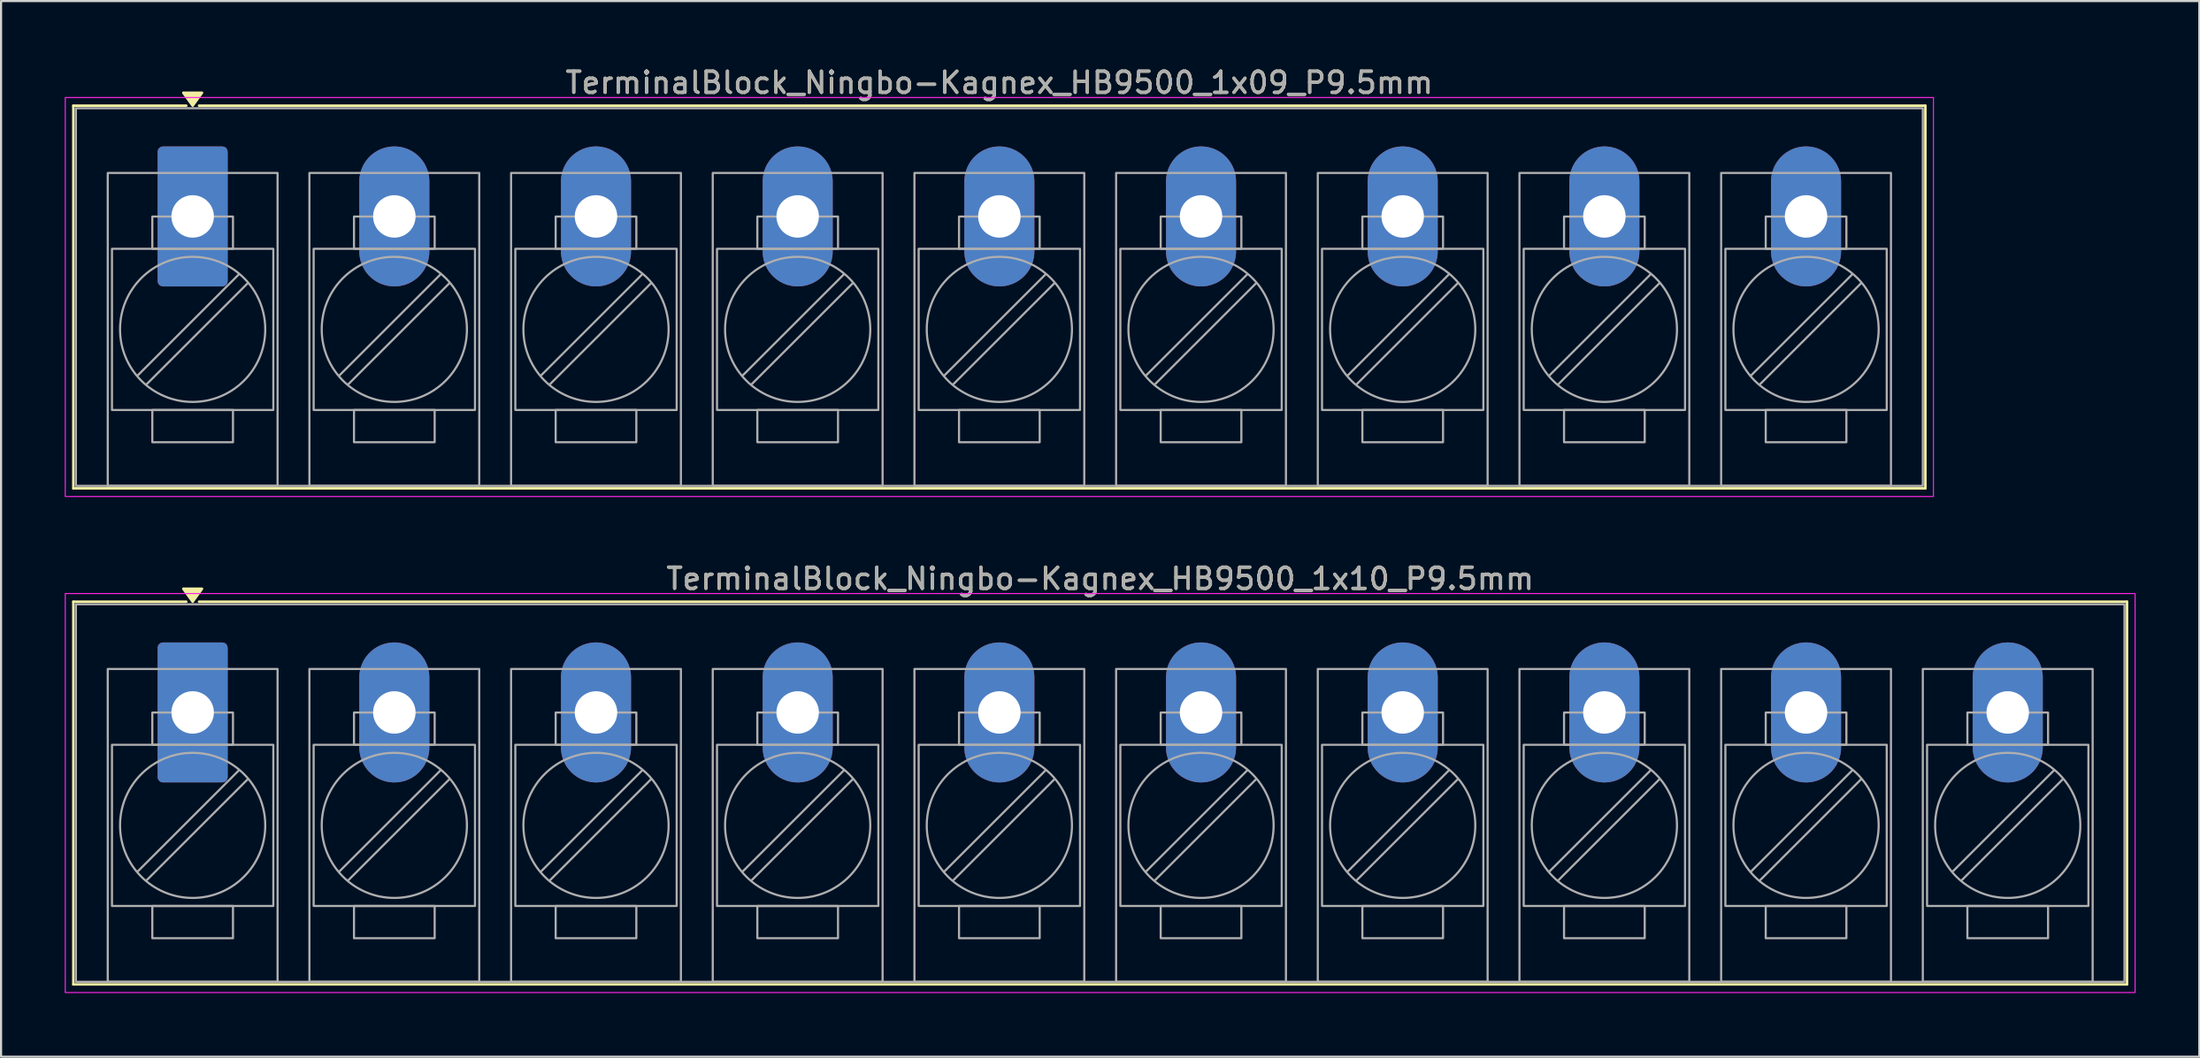
<source format=kicad_pcb>
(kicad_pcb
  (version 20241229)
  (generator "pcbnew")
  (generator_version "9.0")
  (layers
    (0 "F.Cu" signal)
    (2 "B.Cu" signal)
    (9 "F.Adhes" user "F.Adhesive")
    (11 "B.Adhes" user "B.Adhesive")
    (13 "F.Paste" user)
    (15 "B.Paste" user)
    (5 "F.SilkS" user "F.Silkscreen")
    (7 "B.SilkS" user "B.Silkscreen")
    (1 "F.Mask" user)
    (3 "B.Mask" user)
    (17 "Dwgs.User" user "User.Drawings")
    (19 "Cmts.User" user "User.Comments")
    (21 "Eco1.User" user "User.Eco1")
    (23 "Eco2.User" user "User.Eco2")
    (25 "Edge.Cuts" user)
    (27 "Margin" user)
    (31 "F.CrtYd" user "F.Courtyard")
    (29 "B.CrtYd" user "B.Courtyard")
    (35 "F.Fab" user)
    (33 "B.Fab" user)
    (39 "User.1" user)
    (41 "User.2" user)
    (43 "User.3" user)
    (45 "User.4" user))
  (footprint "TerminalBlock_Ningbo-Kagnex_HB9500_1x10_P9.5mm"
    (layer "F.Cu")
    (at 6.025 30.537)
    (property "Reference" "TerminalBlock_Ningbo-Kagnex_HB9500_1x10_P9.5mm" (at 42.75 -6.305 0) (layer "F.SilkS") (effects (font (size 1 1) (thickness 0.15))))
    (attr through_hole)
    (fp_line (start -5.62 -5.22) (end -0.3 -5.22) (stroke (width 0.12) (type solid)) (layer "F.SilkS"))
    (fp_line (start -5.62 12.82) (end -5.62 -5.22) (stroke (width 0.12) (type solid)) (layer "F.SilkS"))
    (fp_line (start 0.3 -5.22) (end 91.12 -5.22) (stroke (width 0.12) (type solid)) (layer "F.SilkS"))
    (fp_line (start 91.12 -5.22) (end 91.12 12.82) (stroke (width 0.12) (type solid)) (layer "F.SilkS"))
    (fp_line (start 91.12 12.82) (end -5.62 12.82) (stroke (width 0.12) (type solid)) (layer "F.SilkS"))
    (fp_poly (pts (xy 0 -5.22) (xy -0.44 -5.83) (xy 0.44 -5.83)) (stroke (width 0.12) (type solid)) (fill yes) (layer "F.SilkS"))
    (fp_rect (start -6 -5.605) (end 91.5 13.205) (stroke (width 0.05) (type solid)) (fill no) (layer "F.CrtYd"))
    (fp_line (start 2.176 2.731) (end -2.594 7.501) (stroke (width 0.1) (type solid)) (layer "F.Fab"))
    (fp_line (start 2.594 3.149) (end -2.176 7.919) (stroke (width 0.1) (type solid)) (layer "F.Fab"))
    (fp_line (start 11.676 2.731) (end 6.906 7.501) (stroke (width 0.1) (type solid)) (layer "F.Fab"))
    (fp_line (start 12.094 3.149) (end 7.324 7.919) (stroke (width 0.1) (type solid)) (layer "F.Fab"))
    (fp_line (start 21.176 2.731) (end 16.406 7.501) (stroke (width 0.1) (type solid)) (layer "F.Fab"))
    (fp_line (start 21.594 3.149) (end 16.824 7.919) (stroke (width 0.1) (type solid)) (layer "F.Fab"))
    (fp_line (start 30.676 2.731) (end 25.906 7.501) (stroke (width 0.1) (type solid)) (layer "F.Fab"))
    (fp_line (start 31.094 3.149) (end 26.324 7.919) (stroke (width 0.1) (type solid)) (layer "F.Fab"))
    (fp_line (start 40.176 2.731) (end 35.406 7.501) (stroke (width 0.1) (type solid)) (layer "F.Fab"))
    (fp_line (start 40.594 3.149) (end 35.824 7.919) (stroke (width 0.1) (type solid)) (layer "F.Fab"))
    (fp_line (start 49.676 2.731) (end 44.906 7.501) (stroke (width 0.1) (type solid)) (layer "F.Fab"))
    (fp_line (start 50.094 3.149) (end 45.324 7.919) (stroke (width 0.1) (type solid)) (layer "F.Fab"))
    (fp_line (start 59.176 2.731) (end 54.406 7.501) (stroke (width 0.1) (type solid)) (layer "F.Fab"))
    (fp_line (start 59.594 3.149) (end 54.824 7.919) (stroke (width 0.1) (type solid)) (layer "F.Fab"))
    (fp_line (start 68.676 2.731) (end 63.906 7.501) (stroke (width 0.1) (type solid)) (layer "F.Fab"))
    (fp_line (start 69.094 3.149) (end 64.324 7.919) (stroke (width 0.1) (type solid)) (layer "F.Fab"))
    (fp_line (start 78.176 2.731) (end 73.406 7.501) (stroke (width 0.1) (type solid)) (layer "F.Fab"))
    (fp_line (start 78.594 3.149) (end 73.824 7.919) (stroke (width 0.1) (type solid)) (layer "F.Fab"))
    (fp_line (start 87.676 2.731) (end 82.906 7.501) (stroke (width 0.1) (type solid)) (layer "F.Fab"))
    (fp_line (start 88.094 3.149) (end 83.324 7.919) (stroke (width 0.1) (type solid)) (layer "F.Fab"))
    (fp_rect (start -5.5 -5.1) (end 91 12.7) (stroke (width 0.1) (type solid)) (fill no) (layer "F.Fab"))
    (fp_rect (start -4 -2.05) (end 4 12.7) (stroke (width 0.1) (type solid)) (fill no) (layer "F.Fab"))
    (fp_rect (start -3.8 1.525) (end 3.8 9.125) (stroke (width 0.1) (type solid)) (fill no) (layer "F.Fab"))
    (fp_rect (start -1.9 0.005) (end 1.9 1.525) (stroke (width 0.1) (type solid)) (fill no) (layer "F.Fab"))
    (fp_rect (start -1.9 9.125) (end 1.9 10.645) (stroke (width 0.1) (type solid)) (fill no) (layer "F.Fab"))
    (fp_rect (start 5.5 -2.05) (end 13.5 12.7) (stroke (width 0.1) (type solid)) (fill no) (layer "F.Fab"))
    (fp_rect (start 5.7 1.525) (end 13.3 9.125) (stroke (width 0.1) (type solid)) (fill no) (layer "F.Fab"))
    (fp_rect (start 7.6 0.005) (end 11.4 1.525) (stroke (width 0.1) (type solid)) (fill no) (layer "F.Fab"))
    (fp_rect (start 7.6 9.125) (end 11.4 10.645) (stroke (width 0.1) (type solid)) (fill no) (layer "F.Fab"))
    (fp_rect (start 15 -2.05) (end 23 12.7) (stroke (width 0.1) (type solid)) (fill no) (layer "F.Fab"))
    (fp_rect (start 15.2 1.525) (end 22.8 9.125) (stroke (width 0.1) (type solid)) (fill no) (layer "F.Fab"))
    (fp_rect (start 17.1 0.005) (end 20.9 1.525) (stroke (width 0.1) (type solid)) (fill no) (layer "F.Fab"))
    (fp_rect (start 17.1 9.125) (end 20.9 10.645) (stroke (width 0.1) (type solid)) (fill no) (layer "F.Fab"))
    (fp_rect (start 24.5 -2.05) (end 32.5 12.7) (stroke (width 0.1) (type solid)) (fill no) (layer "F.Fab"))
    (fp_rect (start 24.7 1.525) (end 32.3 9.125) (stroke (width 0.1) (type solid)) (fill no) (layer "F.Fab"))
    (fp_rect (start 26.6 0.005) (end 30.4 1.525) (stroke (width 0.1) (type solid)) (fill no) (layer "F.Fab"))
    (fp_rect (start 26.6 9.125) (end 30.4 10.645) (stroke (width 0.1) (type solid)) (fill no) (layer "F.Fab"))
    (fp_rect (start 34 -2.05) (end 42 12.7) (stroke (width 0.1) (type solid)) (fill no) (layer "F.Fab"))
    (fp_rect (start 34.2 1.525) (end 41.8 9.125) (stroke (width 0.1) (type solid)) (fill no) (layer "F.Fab"))
    (fp_rect (start 36.1 0.005) (end 39.9 1.525) (stroke (width 0.1) (type solid)) (fill no) (layer "F.Fab"))
    (fp_rect (start 36.1 9.125) (end 39.9 10.645) (stroke (width 0.1) (type solid)) (fill no) (layer "F.Fab"))
    (fp_rect (start 43.5 -2.05) (end 51.5 12.7) (stroke (width 0.1) (type solid)) (fill no) (layer "F.Fab"))
    (fp_rect (start 43.7 1.525) (end 51.3 9.125) (stroke (width 0.1) (type solid)) (fill no) (layer "F.Fab"))
    (fp_rect (start 45.6 0.005) (end 49.4 1.525) (stroke (width 0.1) (type solid)) (fill no) (layer "F.Fab"))
    (fp_rect (start 45.6 9.125) (end 49.4 10.645) (stroke (width 0.1) (type solid)) (fill no) (layer "F.Fab"))
    (fp_rect (start 53 -2.05) (end 61 12.7) (stroke (width 0.1) (type solid)) (fill no) (layer "F.Fab"))
    (fp_rect (start 53.2 1.525) (end 60.8 9.125) (stroke (width 0.1) (type solid)) (fill no) (layer "F.Fab"))
    (fp_rect (start 55.1 0.005) (end 58.9 1.525) (stroke (width 0.1) (type solid)) (fill no) (layer "F.Fab"))
    (fp_rect (start 55.1 9.125) (end 58.9 10.645) (stroke (width 0.1) (type solid)) (fill no) (layer "F.Fab"))
    (fp_rect (start 62.5 -2.05) (end 70.5 12.7) (stroke (width 0.1) (type solid)) (fill no) (layer "F.Fab"))
    (fp_rect (start 62.7 1.525) (end 70.3 9.125) (stroke (width 0.1) (type solid)) (fill no) (layer "F.Fab"))
    (fp_rect (start 64.6 0.005) (end 68.4 1.525) (stroke (width 0.1) (type solid)) (fill no) (layer "F.Fab"))
    (fp_rect (start 64.6 9.125) (end 68.4 10.645) (stroke (width 0.1) (type solid)) (fill no) (layer "F.Fab"))
    (fp_rect (start 72 -2.05) (end 80 12.7) (stroke (width 0.1) (type solid)) (fill no) (layer "F.Fab"))
    (fp_rect (start 72.2 1.525) (end 79.8 9.125) (stroke (width 0.1) (type solid)) (fill no) (layer "F.Fab"))
    (fp_rect (start 74.1 0.005) (end 77.9 1.525) (stroke (width 0.1) (type solid)) (fill no) (layer "F.Fab"))
    (fp_rect (start 74.1 9.125) (end 77.9 10.645) (stroke (width 0.1) (type solid)) (fill no) (layer "F.Fab"))
    (fp_rect (start 81.5 -2.05) (end 89.5 12.7) (stroke (width 0.1) (type solid)) (fill no) (layer "F.Fab"))
    (fp_rect (start 81.7 1.525) (end 89.3 9.125) (stroke (width 0.1) (type solid)) (fill no) (layer "F.Fab"))
    (fp_rect (start 83.6 0.005) (end 87.4 1.525) (stroke (width 0.1) (type solid)) (fill no) (layer "F.Fab"))
    (fp_rect (start 83.6 9.125) (end 87.4 10.645) (stroke (width 0.1) (type solid)) (fill no) (layer "F.Fab"))
    (fp_circle (center 0 5.325) (end 3.42 5.325) (stroke (width 0.1) (type solid)) (fill no) (layer "F.Fab"))
    (fp_circle (center 9.5 5.325) (end 12.92 5.325) (stroke (width 0.1) (type solid)) (fill no) (layer "F.Fab"))
    (fp_circle (center 19 5.325) (end 22.42 5.325) (stroke (width 0.1) (type solid)) (fill no) (layer "F.Fab"))
    (fp_circle (center 28.5 5.325) (end 31.92 5.325) (stroke (width 0.1) (type solid)) (fill no) (layer "F.Fab"))
    (fp_circle (center 38 5.325) (end 41.42 5.325) (stroke (width 0.1) (type solid)) (fill no) (layer "F.Fab"))
    (fp_circle (center 47.5 5.325) (end 50.92 5.325) (stroke (width 0.1) (type solid)) (fill no) (layer "F.Fab"))
    (fp_circle (center 57 5.325) (end 60.42 5.325) (stroke (width 0.1) (type solid)) (fill no) (layer "F.Fab"))
    (fp_circle (center 66.5 5.325) (end 69.92 5.325) (stroke (width 0.1) (type solid)) (fill no) (layer "F.Fab"))
    (fp_circle (center 76 5.325) (end 79.42 5.325) (stroke (width 0.1) (type solid)) (fill no) (layer "F.Fab"))
    (fp_circle (center 85.5 5.325) (end 88.92 5.325) (stroke (width 0.1) (type solid)) (fill no) (layer "F.Fab"))
    (fp_text user "${REFERENCE}" (at 42.75 -6.305 0) (layer "F.Fab") (effects (font (size 1 1) (thickness 0.15))))
    (pad "1" thru_hole roundrect (at 0 0) (size 3.3 6.6) (drill 2) (layers "*.Cu" "*.Mask") (roundrect_rratio 0.076))
    (pad "2" thru_hole oval (at 9.5 0) (size 3.3 6.6) (drill 2) (layers "*.Cu" "*.Mask"))
    (pad "3" thru_hole oval (at 19 0) (size 3.3 6.6) (drill 2) (layers "*.Cu" "*.Mask"))
    (pad "4" thru_hole oval (at 28.5 0) (size 3.3 6.6) (drill 2) (layers "*.Cu" "*.Mask"))
    (pad "5" thru_hole oval (at 38 0) (size 3.3 6.6) (drill 2) (layers "*.Cu" "*.Mask"))
    (pad "6" thru_hole oval (at 47.5 0) (size 3.3 6.6) (drill 2) (layers "*.Cu" "*.Mask"))
    (pad "7" thru_hole oval (at 57 0) (size 3.3 6.6) (drill 2) (layers "*.Cu" "*.Mask"))
    (pad "8" thru_hole oval (at 66.5 0) (size 3.3 6.6) (drill 2) (layers "*.Cu" "*.Mask"))
    (pad "9" thru_hole oval (at 76 0) (size 3.3 6.6) (drill 2) (layers "*.Cu" "*.Mask"))
    (pad "10" thru_hole oval (at 85.5 0) (size 3.3 6.6) (drill 2) (layers "*.Cu" "*.Mask")))
  (footprint "TerminalBlock_Ningbo-Kagnex_HB9500_1x09_P9.5mm"
    (layer "F.Cu")
    (at 6.025 7.153)
    (property "Reference" "TerminalBlock_Ningbo-Kagnex_HB9500_1x09_P9.5mm" (at 38 -6.305 0) (layer "F.SilkS") (effects (font (size 1 1) (thickness 0.15))))
    (attr through_hole)
    (fp_line (start -5.62 -5.22) (end -0.3 -5.22) (stroke (width 0.12) (type solid)) (layer "F.SilkS"))
    (fp_line (start -5.62 12.82) (end -5.62 -5.22) (stroke (width 0.12) (type solid)) (layer "F.SilkS"))
    (fp_line (start 0.3 -5.22) (end 81.62 -5.22) (stroke (width 0.12) (type solid)) (layer "F.SilkS"))
    (fp_line (start 81.62 -5.22) (end 81.62 12.82) (stroke (width 0.12) (type solid)) (layer "F.SilkS"))
    (fp_line (start 81.62 12.82) (end -5.62 12.82) (stroke (width 0.12) (type solid)) (layer "F.SilkS"))
    (fp_poly (pts (xy 0 -5.22) (xy -0.44 -5.83) (xy 0.44 -5.83)) (stroke (width 0.12) (type solid)) (fill yes) (layer "F.SilkS"))
    (fp_rect (start -6 -5.605) (end 82 13.205) (stroke (width 0.05) (type solid)) (fill no) (layer "F.CrtYd"))
    (fp_line (start 2.176 2.731) (end -2.594 7.501) (stroke (width 0.1) (type solid)) (layer "F.Fab"))
    (fp_line (start 2.594 3.149) (end -2.176 7.919) (stroke (width 0.1) (type solid)) (layer "F.Fab"))
    (fp_line (start 11.676 2.731) (end 6.906 7.501) (stroke (width 0.1) (type solid)) (layer "F.Fab"))
    (fp_line (start 12.094 3.149) (end 7.324 7.919) (stroke (width 0.1) (type solid)) (layer "F.Fab"))
    (fp_line (start 21.176 2.731) (end 16.406 7.501) (stroke (width 0.1) (type solid)) (layer "F.Fab"))
    (fp_line (start 21.594 3.149) (end 16.824 7.919) (stroke (width 0.1) (type solid)) (layer "F.Fab"))
    (fp_line (start 30.676 2.731) (end 25.906 7.501) (stroke (width 0.1) (type solid)) (layer "F.Fab"))
    (fp_line (start 31.094 3.149) (end 26.324 7.919) (stroke (width 0.1) (type solid)) (layer "F.Fab"))
    (fp_line (start 40.176 2.731) (end 35.406 7.501) (stroke (width 0.1) (type solid)) (layer "F.Fab"))
    (fp_line (start 40.594 3.149) (end 35.824 7.919) (stroke (width 0.1) (type solid)) (layer "F.Fab"))
    (fp_line (start 49.676 2.731) (end 44.906 7.501) (stroke (width 0.1) (type solid)) (layer "F.Fab"))
    (fp_line (start 50.094 3.149) (end 45.324 7.919) (stroke (width 0.1) (type solid)) (layer "F.Fab"))
    (fp_line (start 59.176 2.731) (end 54.406 7.501) (stroke (width 0.1) (type solid)) (layer "F.Fab"))
    (fp_line (start 59.594 3.149) (end 54.824 7.919) (stroke (width 0.1) (type solid)) (layer "F.Fab"))
    (fp_line (start 68.676 2.731) (end 63.906 7.501) (stroke (width 0.1) (type solid)) (layer "F.Fab"))
    (fp_line (start 69.094 3.149) (end 64.324 7.919) (stroke (width 0.1) (type solid)) (layer "F.Fab"))
    (fp_line (start 78.176 2.731) (end 73.406 7.501) (stroke (width 0.1) (type solid)) (layer "F.Fab"))
    (fp_line (start 78.594 3.149) (end 73.824 7.919) (stroke (width 0.1) (type solid)) (layer "F.Fab"))
    (fp_rect (start -5.5 -5.1) (end 81.5 12.7) (stroke (width 0.1) (type solid)) (fill no) (layer "F.Fab"))
    (fp_rect (start -4 -2.05) (end 4 12.7) (stroke (width 0.1) (type solid)) (fill no) (layer "F.Fab"))
    (fp_rect (start -3.8 1.525) (end 3.8 9.125) (stroke (width 0.1) (type solid)) (fill no) (layer "F.Fab"))
    (fp_rect (start -1.9 0.005) (end 1.9 1.525) (stroke (width 0.1) (type solid)) (fill no) (layer "F.Fab"))
    (fp_rect (start -1.9 9.125) (end 1.9 10.645) (stroke (width 0.1) (type solid)) (fill no) (layer "F.Fab"))
    (fp_rect (start 5.5 -2.05) (end 13.5 12.7) (stroke (width 0.1) (type solid)) (fill no) (layer "F.Fab"))
    (fp_rect (start 5.7 1.525) (end 13.3 9.125) (stroke (width 0.1) (type solid)) (fill no) (layer "F.Fab"))
    (fp_rect (start 7.6 0.005) (end 11.4 1.525) (stroke (width 0.1) (type solid)) (fill no) (layer "F.Fab"))
    (fp_rect (start 7.6 9.125) (end 11.4 10.645) (stroke (width 0.1) (type solid)) (fill no) (layer "F.Fab"))
    (fp_rect (start 15 -2.05) (end 23 12.7) (stroke (width 0.1) (type solid)) (fill no) (layer "F.Fab"))
    (fp_rect (start 15.2 1.525) (end 22.8 9.125) (stroke (width 0.1) (type solid)) (fill no) (layer "F.Fab"))
    (fp_rect (start 17.1 0.005) (end 20.9 1.525) (stroke (width 0.1) (type solid)) (fill no) (layer "F.Fab"))
    (fp_rect (start 17.1 9.125) (end 20.9 10.645) (stroke (width 0.1) (type solid)) (fill no) (layer "F.Fab"))
    (fp_rect (start 24.5 -2.05) (end 32.5 12.7) (stroke (width 0.1) (type solid)) (fill no) (layer "F.Fab"))
    (fp_rect (start 24.7 1.525) (end 32.3 9.125) (stroke (width 0.1) (type solid)) (fill no) (layer "F.Fab"))
    (fp_rect (start 26.6 0.005) (end 30.4 1.525) (stroke (width 0.1) (type solid)) (fill no) (layer "F.Fab"))
    (fp_rect (start 26.6 9.125) (end 30.4 10.645) (stroke (width 0.1) (type solid)) (fill no) (layer "F.Fab"))
    (fp_rect (start 34 -2.05) (end 42 12.7) (stroke (width 0.1) (type solid)) (fill no) (layer "F.Fab"))
    (fp_rect (start 34.2 1.525) (end 41.8 9.125) (stroke (width 0.1) (type solid)) (fill no) (layer "F.Fab"))
    (fp_rect (start 36.1 0.005) (end 39.9 1.525) (stroke (width 0.1) (type solid)) (fill no) (layer "F.Fab"))
    (fp_rect (start 36.1 9.125) (end 39.9 10.645) (stroke (width 0.1) (type solid)) (fill no) (layer "F.Fab"))
    (fp_rect (start 43.5 -2.05) (end 51.5 12.7) (stroke (width 0.1) (type solid)) (fill no) (layer "F.Fab"))
    (fp_rect (start 43.7 1.525) (end 51.3 9.125) (stroke (width 0.1) (type solid)) (fill no) (layer "F.Fab"))
    (fp_rect (start 45.6 0.005) (end 49.4 1.525) (stroke (width 0.1) (type solid)) (fill no) (layer "F.Fab"))
    (fp_rect (start 45.6 9.125) (end 49.4 10.645) (stroke (width 0.1) (type solid)) (fill no) (layer "F.Fab"))
    (fp_rect (start 53 -2.05) (end 61 12.7) (stroke (width 0.1) (type solid)) (fill no) (layer "F.Fab"))
    (fp_rect (start 53.2 1.525) (end 60.8 9.125) (stroke (width 0.1) (type solid)) (fill no) (layer "F.Fab"))
    (fp_rect (start 55.1 0.005) (end 58.9 1.525) (stroke (width 0.1) (type solid)) (fill no) (layer "F.Fab"))
    (fp_rect (start 55.1 9.125) (end 58.9 10.645) (stroke (width 0.1) (type solid)) (fill no) (layer "F.Fab"))
    (fp_rect (start 62.5 -2.05) (end 70.5 12.7) (stroke (width 0.1) (type solid)) (fill no) (layer "F.Fab"))
    (fp_rect (start 62.7 1.525) (end 70.3 9.125) (stroke (width 0.1) (type solid)) (fill no) (layer "F.Fab"))
    (fp_rect (start 64.6 0.005) (end 68.4 1.525) (stroke (width 0.1) (type solid)) (fill no) (layer "F.Fab"))
    (fp_rect (start 64.6 9.125) (end 68.4 10.645) (stroke (width 0.1) (type solid)) (fill no) (layer "F.Fab"))
    (fp_rect (start 72 -2.05) (end 80 12.7) (stroke (width 0.1) (type solid)) (fill no) (layer "F.Fab"))
    (fp_rect (start 72.2 1.525) (end 79.8 9.125) (stroke (width 0.1) (type solid)) (fill no) (layer "F.Fab"))
    (fp_rect (start 74.1 0.005) (end 77.9 1.525) (stroke (width 0.1) (type solid)) (fill no) (layer "F.Fab"))
    (fp_rect (start 74.1 9.125) (end 77.9 10.645) (stroke (width 0.1) (type solid)) (fill no) (layer "F.Fab"))
    (fp_circle (center 0 5.325) (end 3.42 5.325) (stroke (width 0.1) (type solid)) (fill no) (layer "F.Fab"))
    (fp_circle (center 9.5 5.325) (end 12.92 5.325) (stroke (width 0.1) (type solid)) (fill no) (layer "F.Fab"))
    (fp_circle (center 19 5.325) (end 22.42 5.325) (stroke (width 0.1) (type solid)) (fill no) (layer "F.Fab"))
    (fp_circle (center 28.5 5.325) (end 31.92 5.325) (stroke (width 0.1) (type solid)) (fill no) (layer "F.Fab"))
    (fp_circle (center 38 5.325) (end 41.42 5.325) (stroke (width 0.1) (type solid)) (fill no) (layer "F.Fab"))
    (fp_circle (center 47.5 5.325) (end 50.92 5.325) (stroke (width 0.1) (type solid)) (fill no) (layer "F.Fab"))
    (fp_circle (center 57 5.325) (end 60.42 5.325) (stroke (width 0.1) (type solid)) (fill no) (layer "F.Fab"))
    (fp_circle (center 66.5 5.325) (end 69.92 5.325) (stroke (width 0.1) (type solid)) (fill no) (layer "F.Fab"))
    (fp_circle (center 76 5.325) (end 79.42 5.325) (stroke (width 0.1) (type solid)) (fill no) (layer "F.Fab"))
    (fp_text user "${REFERENCE}" (at 38 -6.305 0) (layer "F.Fab") (effects (font (size 1 1) (thickness 0.15))))
    (pad "1" thru_hole roundrect (at 0 0) (size 3.3 6.6) (drill 2) (layers "*.Cu" "*.Mask") (roundrect_rratio 0.076))
    (pad "2" thru_hole oval (at 9.5 0) (size 3.3 6.6) (drill 2) (layers "*.Cu" "*.Mask"))
    (pad "3" thru_hole oval (at 19 0) (size 3.3 6.6) (drill 2) (layers "*.Cu" "*.Mask"))
    (pad "4" thru_hole oval (at 28.5 0) (size 3.3 6.6) (drill 2) (layers "*.Cu" "*.Mask"))
    (pad "5" thru_hole oval (at 38 0) (size 3.3 6.6) (drill 2) (layers "*.Cu" "*.Mask"))
    (pad "6" thru_hole oval (at 47.5 0) (size 3.3 6.6) (drill 2) (layers "*.Cu" "*.Mask"))
    (pad "7" thru_hole oval (at 57 0) (size 3.3 6.6) (drill 2) (layers "*.Cu" "*.Mask"))
    (pad "8" thru_hole oval (at 66.5 0) (size 3.3 6.6) (drill 2) (layers "*.Cu" "*.Mask"))
    (pad "9" thru_hole oval (at 76 0) (size 3.3 6.6) (drill 2) (layers "*.Cu" "*.Mask")))
  (gr_rect
    (start -3 -3)
    (end 100.55 46.767)
    (stroke (width 0.1) (type default))
    (fill no)
    (layer "Edge.Cuts")))
</source>
